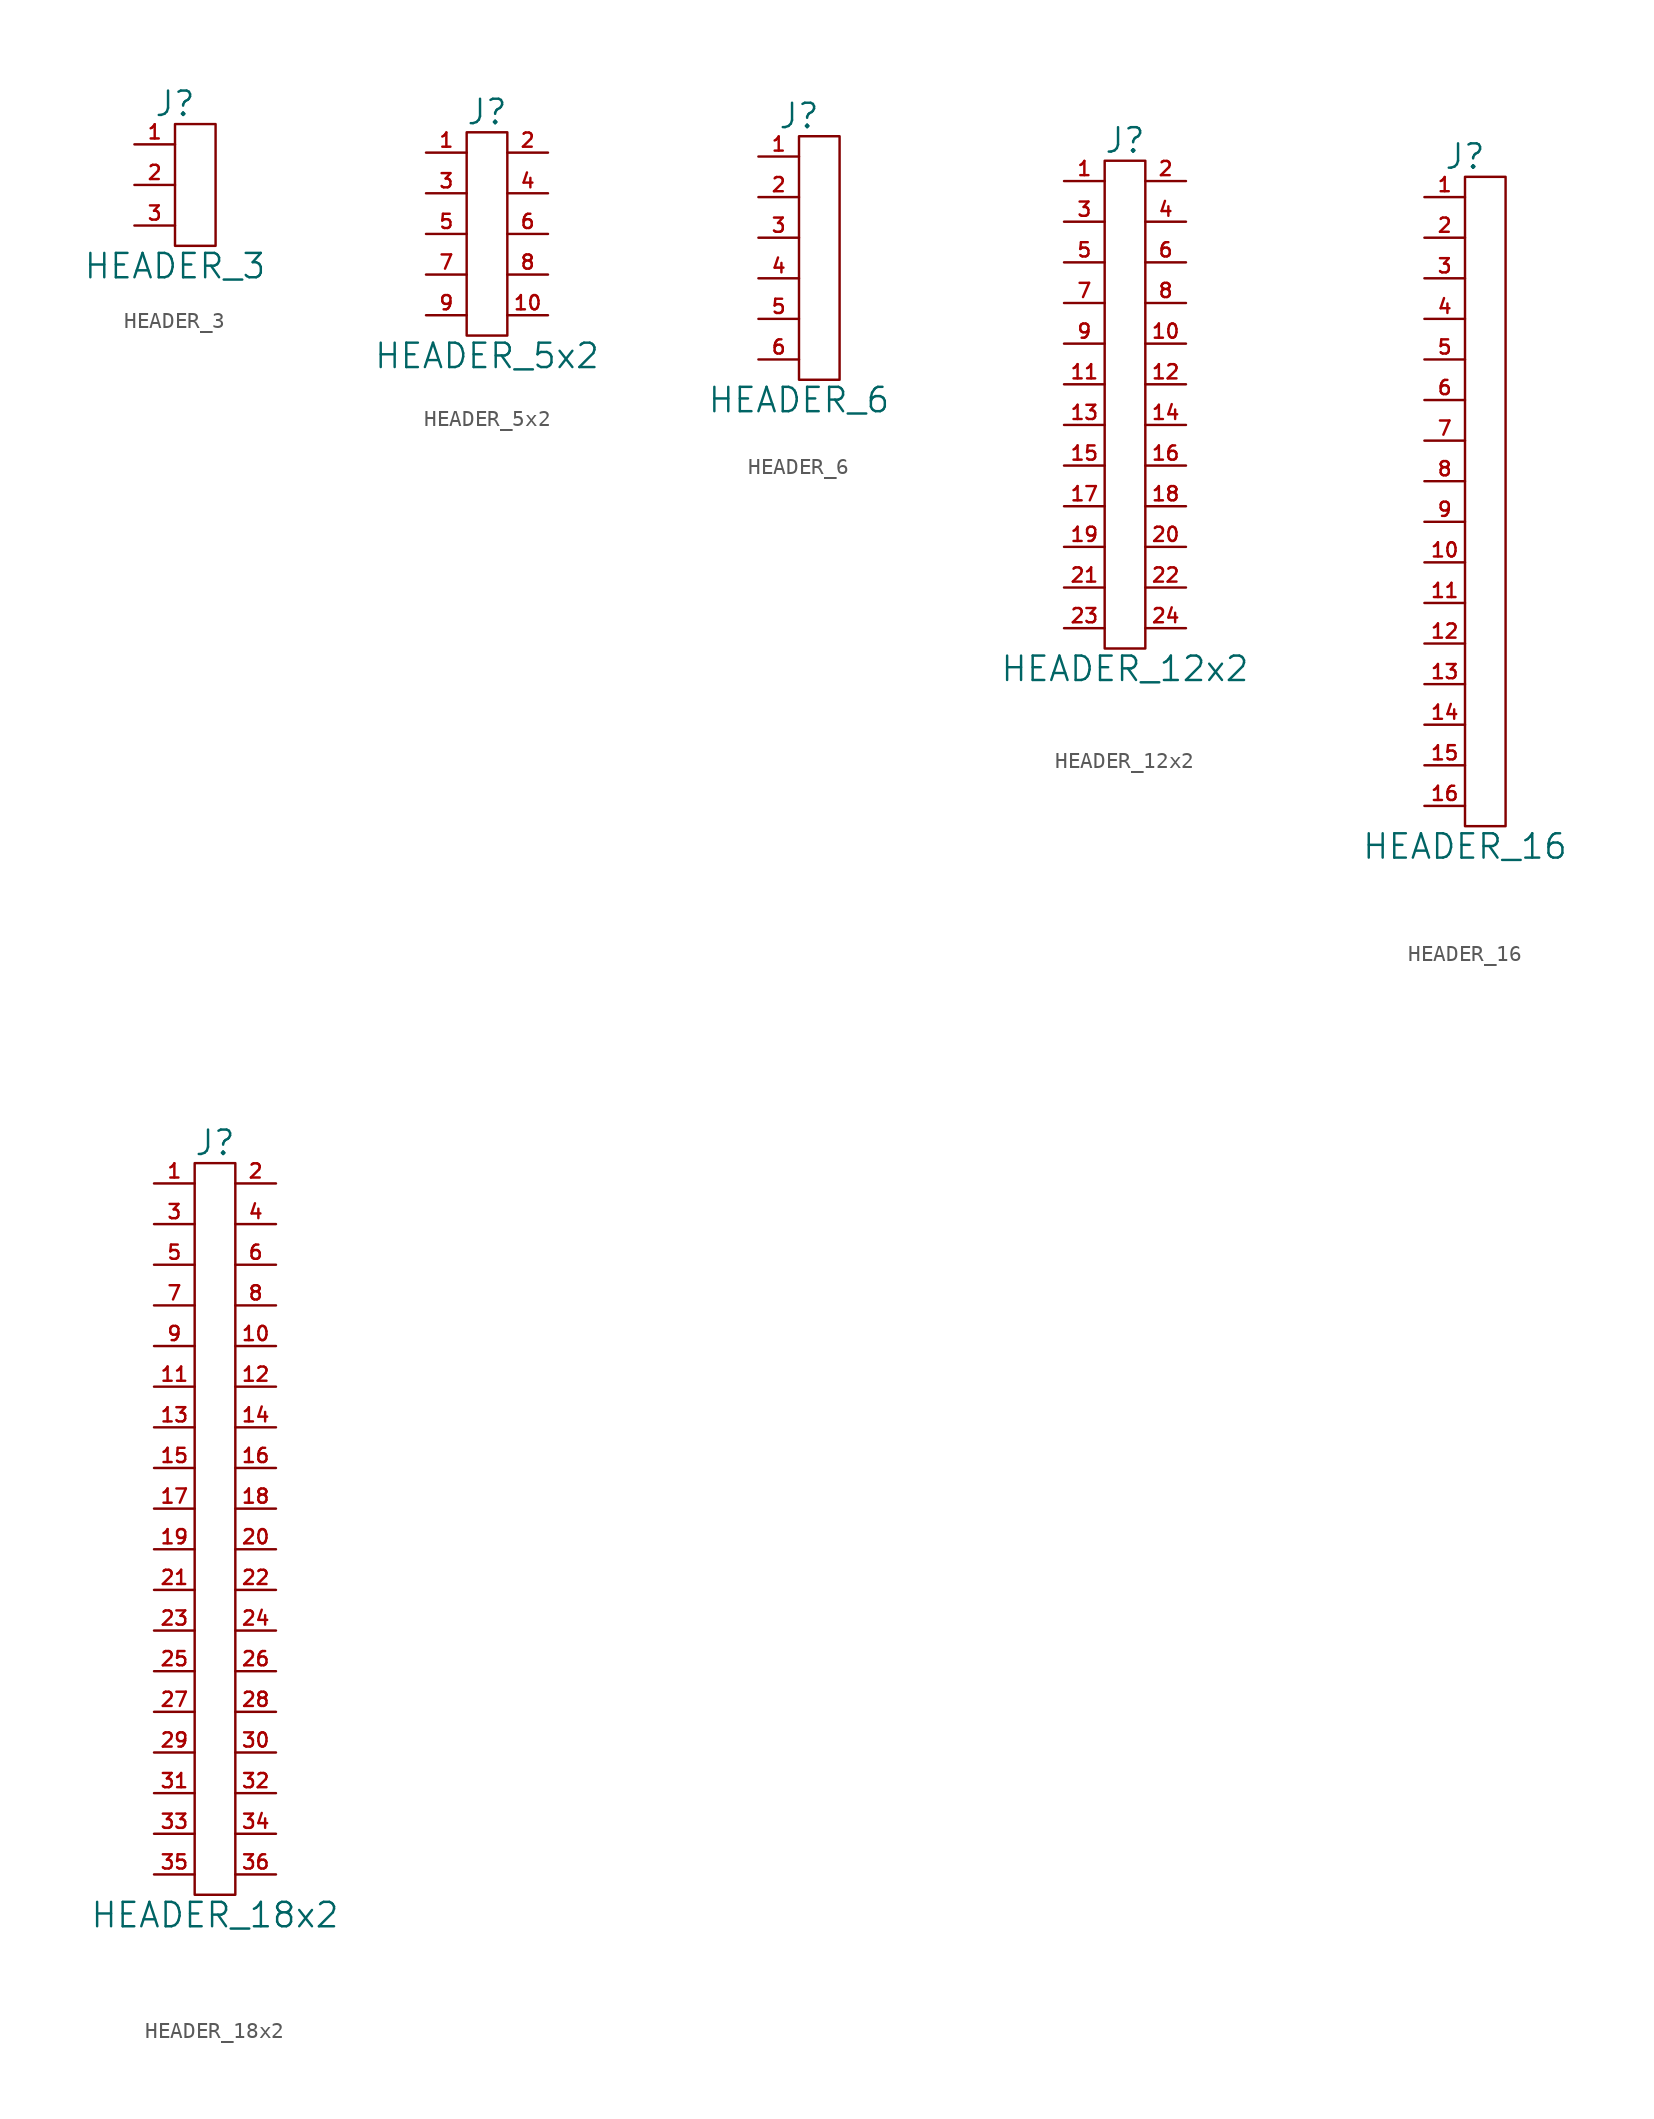
<source format=kicad_sym>
(kicad_symbol_lib
  (version 20201005)
  (generator kicad_symbol_editor)
  (symbol "HEADER_3"
    (pin_names
      (offset 0))
    (property "Reference" "J"
      (at 0 5.08 0)
      (effects (font (size 1.524 1.524))))
    (property "Value" "HEADER_3"
      (at 0 -5.08 0)
      (effects (font (size 1.524 1.524))))
    (property "Footprint" ""
      (at 0 0 0)
      (effects (font (size 1.524 1.524))))
    (property "Datasheet" ""
      (at 0 0 0)
      (effects (font (size 1.524 1.524))))
    (symbol "HEADER_3_0_1"
      (rectangle (start 2.54 3.81) (end 0 -3.81) (stroke (width 0)) (fill (type none))))
    (symbol "HEADER_3_1_1"
      (pin passive line (at -2.54 2.54 0) (length 2.54) (name "~" (effects (font (size 1.27 1.27)))) (number "1" (effects (font (size 0.889 0.889)))))
      (pin passive line (at -2.54 0 0) (length 2.54) (name "~" (effects (font (size 1.27 1.27)))) (number "2" (effects (font (size 0.889 0.889)))))
      (pin passive line (at -2.54 -2.54 0) (length 2.54) (name "~" (effects (font (size 1.27 1.27)))) (number "3" (effects (font (size 0.889 0.889)))))))
  (symbol "HEADER_5x2"
    (pin_names
      (offset 0))
    (property "Reference" "J"
      (at 0 7.62 0)
      (effects (font (size 1.524 1.524))))
    (property "Value" "HEADER_5x2"
      (at 0 -7.62 0)
      (effects (font (size 1.524 1.524))))
    (property "Footprint" ""
      (at 0 0 0)
      (effects (font (size 1.524 1.524))))
    (property "Datasheet" ""
      (at 0 0 0)
      (effects (font (size 1.524 1.524))))
    (symbol "HEADER_5x2_0_1"
      (rectangle (start 1.27 6.35) (end -1.27 -6.35) (stroke (width 0)) (fill (type none))))
    (symbol "HEADER_5x2_1_1"
      (pin passive line (at -3.81 5.08 0) (length 2.54) (name "~" (effects (font (size 1.27 1.27)))) (number "1" (effects (font (size 0.889 0.889)))))
      (pin passive line (at 3.81 -5.08 180) (length 2.54) (name "~" (effects (font (size 1.27 1.27)))) (number "10" (effects (font (size 0.889 0.889)))))
      (pin passive line (at 3.81 5.08 180) (length 2.54) (name "~" (effects (font (size 1.27 1.27)))) (number "2" (effects (font (size 0.889 0.889)))))
      (pin passive line (at -3.81 2.54 0) (length 2.54) (name "~" (effects (font (size 1.27 1.27)))) (number "3" (effects (font (size 0.889 0.889)))))
      (pin passive line (at 3.81 2.54 180) (length 2.54) (name "~" (effects (font (size 1.27 1.27)))) (number "4" (effects (font (size 0.889 0.889)))))
      (pin passive line (at -3.81 0 0) (length 2.54) (name "~" (effects (font (size 1.27 1.27)))) (number "5" (effects (font (size 0.889 0.889)))))
      (pin passive line (at 3.81 0 180) (length 2.54) (name "~" (effects (font (size 1.27 1.27)))) (number "6" (effects (font (size 0.889 0.889)))))
      (pin passive line (at -3.81 -2.54 0) (length 2.54) (name "~" (effects (font (size 1.27 1.27)))) (number "7" (effects (font (size 0.889 0.889)))))
      (pin passive line (at 3.81 -2.54 180) (length 2.54) (name "~" (effects (font (size 1.27 1.27)))) (number "8" (effects (font (size 0.889 0.889)))))
      (pin passive line (at -3.81 -5.08 0) (length 2.54) (name "~" (effects (font (size 1.27 1.27)))) (number "9" (effects (font (size 0.889 0.889)))))))
  (symbol "HEADER_6"
    (pin_names
      (offset 0))
    (property "Reference" "J"
      (at 0 8.89 0)
      (effects (font (size 1.524 1.524))))
    (property "Value" "HEADER_6"
      (at 0 -8.89 0)
      (effects (font (size 1.524 1.524))))
    (property "Footprint" ""
      (at 0 0 0)
      (effects (font (size 1.524 1.524))))
    (property "Datasheet" ""
      (at 0 0 0)
      (effects (font (size 1.524 1.524))))
    (symbol "HEADER_6_0_1"
      (rectangle (start 2.54 7.62) (end 0 -7.62) (stroke (width 0)) (fill (type none))))
    (symbol "HEADER_6_1_1"
      (pin passive line (at -2.54 6.35 0) (length 2.54) (name "~" (effects (font (size 1.27 1.27)))) (number "1" (effects (font (size 0.889 0.889)))))
      (pin passive line (at -2.54 3.81 0) (length 2.54) (name "~" (effects (font (size 1.27 1.27)))) (number "2" (effects (font (size 0.889 0.889)))))
      (pin passive line (at -2.54 1.27 0) (length 2.54) (name "~" (effects (font (size 1.27 1.27)))) (number "3" (effects (font (size 0.889 0.889)))))
      (pin passive line (at -2.54 -1.27 0) (length 2.54) (name "~" (effects (font (size 1.27 1.27)))) (number "4" (effects (font (size 0.889 0.889)))))
      (pin passive line (at -2.54 -3.81 0) (length 2.54) (name "~" (effects (font (size 1.27 1.27)))) (number "5" (effects (font (size 0.889 0.889)))))
      (pin passive line (at -2.54 -6.35 0) (length 2.54) (name "~" (effects (font (size 1.27 1.27)))) (number "6" (effects (font (size 0.889 0.889)))))))
  (symbol "HEADER_12x2"
    (pin_names
      (offset 0))
    (property "Reference" "J"
      (at 0 16.51 0)
      (effects (font (size 1.524 1.524))))
    (property "Value" "HEADER_12x2"
      (at 0 -16.51 0)
      (effects (font (size 1.524 1.524))))
    (property "Footprint" ""
      (at 0 -1.27 0)
      (effects (font (size 1.524 1.524))))
    (property "Datasheet" ""
      (at 0 -1.27 0)
      (effects (font (size 1.524 1.524))))
    (symbol "HEADER_12x2_0_1"
      (rectangle (start 1.27 -15.24) (end -1.27 15.24) (stroke (width 0)) (fill (type none))))
    (symbol "HEADER_12x2_1_1"
      (pin passive line (at -3.81 13.97 0) (length 2.54) (name "~" (effects (font (size 0.889 0.889)))) (number "1" (effects (font (size 0.889 0.889)))))
      (pin passive line (at 3.81 3.81 180) (length 2.54) (name "~" (effects (font (size 1.27 1.27)))) (number "10" (effects (font (size 0.889 0.889)))))
      (pin passive line (at -3.81 1.27 0) (length 2.54) (name "~" (effects (font (size 1.27 1.27)))) (number "11" (effects (font (size 0.889 0.889)))))
      (pin passive line (at 3.81 1.27 180) (length 2.54) (name "~" (effects (font (size 1.27 1.27)))) (number "12" (effects (font (size 0.889 0.889)))))
      (pin passive line (at -3.81 -1.27 0) (length 2.54) (name "~" (effects (font (size 1.27 1.27)))) (number "13" (effects (font (size 0.889 0.889)))))
      (pin passive line (at 3.81 -1.27 180) (length 2.54) (name "~" (effects (font (size 1.27 1.27)))) (number "14" (effects (font (size 0.889 0.889)))))
      (pin passive line (at -3.81 -3.81 0) (length 2.54) (name "~" (effects (font (size 1.27 1.27)))) (number "15" (effects (font (size 0.889 0.889)))))
      (pin passive line (at 3.81 -3.81 180) (length 2.54) (name "~" (effects (font (size 1.27 1.27)))) (number "16" (effects (font (size 0.889 0.889)))))
      (pin passive line (at -3.81 -6.35 0) (length 2.54) (name "~" (effects (font (size 1.27 1.27)))) (number "17" (effects (font (size 0.889 0.889)))))
      (pin passive line (at 3.81 -6.35 180) (length 2.54) (name "~" (effects (font (size 1.27 1.27)))) (number "18" (effects (font (size 0.889 0.889)))))
      (pin passive line (at -3.81 -8.89 0) (length 2.54) (name "~" (effects (font (size 1.27 1.27)))) (number "19" (effects (font (size 0.889 0.889)))))
      (pin passive line (at 3.81 13.97 180) (length 2.54) (name "~" (effects (font (size 1.27 1.27)))) (number "2" (effects (font (size 0.889 0.889)))))
      (pin passive line (at 3.81 -8.89 180) (length 2.54) (name "~" (effects (font (size 1.27 1.27)))) (number "20" (effects (font (size 0.889 0.889)))))
      (pin passive line (at -3.81 -11.43 0) (length 2.54) (name "~" (effects (font (size 1.27 1.27)))) (number "21" (effects (font (size 0.889 0.889)))))
      (pin passive line (at 3.81 -11.43 180) (length 2.54) (name "~" (effects (font (size 1.27 1.27)))) (number "22" (effects (font (size 0.889 0.889)))))
      (pin passive line (at -3.81 -13.97 0) (length 2.54) (name "~" (effects (font (size 1.27 1.27)))) (number "23" (effects (font (size 0.889 0.889)))))
      (pin passive line (at 3.81 -13.97 180) (length 2.54) (name "~" (effects (font (size 1.27 1.27)))) (number "24" (effects (font (size 0.889 0.889)))))
      (pin passive line (at -3.81 11.43 0) (length 2.54) (name "~" (effects (font (size 1.27 1.27)))) (number "3" (effects (font (size 0.889 0.889)))))
      (pin passive line (at 3.81 11.43 180) (length 2.54) (name "~" (effects (font (size 1.27 1.27)))) (number "4" (effects (font (size 0.889 0.889)))))
      (pin passive line (at -3.81 8.89 0) (length 2.54) (name "~" (effects (font (size 1.27 1.27)))) (number "5" (effects (font (size 0.889 0.889)))))
      (pin passive line (at 3.81 8.89 180) (length 2.54) (name "~" (effects (font (size 1.27 1.27)))) (number "6" (effects (font (size 0.889 0.889)))))
      (pin passive line (at -3.81 6.35 0) (length 2.54) (name "~" (effects (font (size 1.27 1.27)))) (number "7" (effects (font (size 0.889 0.889)))))
      (pin passive line (at 3.81 6.35 180) (length 2.54) (name "~" (effects (font (size 1.27 1.27)))) (number "8" (effects (font (size 0.889 0.889)))))
      (pin passive line (at -3.81 3.81 0) (length 2.54) (name "~" (effects (font (size 1.27 1.27)))) (number "9" (effects (font (size 0.889 0.889)))))))
  (symbol "HEADER_16"
    (pin_names
      (offset 0))
    (property "Reference" "J"
      (at 0 21.59 0)
      (effects (font (size 1.524 1.524))))
    (property "Value" "HEADER_16"
      (at 0 -21.59 0)
      (effects (font (size 1.524 1.524))))
    (property "Footprint" ""
      (at 0 0 0)
      (effects (font (size 1.524 1.524))))
    (property "Datasheet" ""
      (at 0 0 0)
      (effects (font (size 1.524 1.524))))
    (symbol "HEADER_16_0_1"
      (rectangle (start 2.54 20.32) (end 0 -20.32) (stroke (width 0)) (fill (type none))))
    (symbol "HEADER_16_1_1"
      (pin passive line (at -2.54 19.05 0) (length 2.54) (name "~" (effects (font (size 0.889 0.889)))) (number "1" (effects (font (size 0.889 0.889)))))
      (pin passive line (at -2.54 -3.81 0) (length 2.54) (name "~" (effects (font (size 1.27 1.27)))) (number "10" (effects (font (size 0.889 0.889)))))
      (pin passive line (at -2.54 -6.35 0) (length 2.54) (name "~" (effects (font (size 1.27 1.27)))) (number "11" (effects (font (size 0.889 0.889)))))
      (pin passive line (at -2.54 -8.89 0) (length 2.54) (name "~" (effects (font (size 1.27 1.27)))) (number "12" (effects (font (size 0.889 0.889)))))
      (pin passive line (at -2.54 -11.43 0) (length 2.54) (name "~" (effects (font (size 1.27 1.27)))) (number "13" (effects (font (size 0.889 0.889)))))
      (pin passive line (at -2.54 -13.97 0) (length 2.54) (name "~" (effects (font (size 1.27 1.27)))) (number "14" (effects (font (size 0.889 0.889)))))
      (pin passive line (at -2.54 -16.51 0) (length 2.54) (name "~" (effects (font (size 1.27 1.27)))) (number "15" (effects (font (size 0.889 0.889)))))
      (pin passive line (at -2.54 -19.05 0) (length 2.54) (name "~" (effects (font (size 1.27 1.27)))) (number "16" (effects (font (size 0.889 0.889)))))
      (pin passive line (at -2.54 16.51 0) (length 2.54) (name "~" (effects (font (size 1.27 1.27)))) (number "2" (effects (font (size 0.889 0.889)))))
      (pin passive line (at -2.54 13.97 0) (length 2.54) (name "~" (effects (font (size 1.27 1.27)))) (number "3" (effects (font (size 0.889 0.889)))))
      (pin passive line (at -2.54 11.43 0) (length 2.54) (name "~" (effects (font (size 1.27 1.27)))) (number "4" (effects (font (size 0.889 0.889)))))
      (pin passive line (at -2.54 8.89 0) (length 2.54) (name "~" (effects (font (size 1.27 1.27)))) (number "5" (effects (font (size 0.889 0.889)))))
      (pin passive line (at -2.54 6.35 0) (length 2.54) (name "~" (effects (font (size 1.27 1.27)))) (number "6" (effects (font (size 0.889 0.889)))))
      (pin passive line (at -2.54 3.81 0) (length 2.54) (name "~" (effects (font (size 1.27 1.27)))) (number "7" (effects (font (size 0.889 0.889)))))
      (pin passive line (at -2.54 1.27 0) (length 2.54) (name "~" (effects (font (size 1.27 1.27)))) (number "8" (effects (font (size 0.889 0.889)))))
      (pin passive line (at -2.54 -1.27 0) (length 2.54) (name "~" (effects (font (size 1.27 1.27)))) (number "9" (effects (font (size 0.889 0.889)))))))
  (symbol "HEADER_18x2"
    (pin_names
      (offset 0))
    (property "Reference" "J"
      (at 0 24.13 0)
      (effects (font (size 1.524 1.524))))
    (property "Value" "HEADER_18x2"
      (at 0 -24.13 0)
      (effects (font (size 1.524 1.524))))
    (property "Footprint" ""
      (at 0 0 0)
      (effects (font (size 1.524 1.524))))
    (property "Datasheet" ""
      (at 0 0 0)
      (effects (font (size 1.524 1.524))))
    (symbol "HEADER_18x2_0_1"
      (rectangle (start -1.27 22.86) (end 1.27 -22.86) (stroke (width 0)) (fill (type none))))
    (symbol "HEADER_18x2_1_1"
      (pin passive line (at -3.81 21.59 0) (length 2.54) (name "~" (effects (font (size 0.889 0.889)))) (number "1" (effects (font (size 0.889 0.889)))))
      (pin passive line (at 3.81 11.43 180) (length 2.54) (name "~" (effects (font (size 1.27 1.27)))) (number "10" (effects (font (size 0.889 0.889)))))
      (pin passive line (at -3.81 8.89 0) (length 2.54) (name "~" (effects (font (size 1.27 1.27)))) (number "11" (effects (font (size 0.889 0.889)))))
      (pin passive line (at 3.81 8.89 180) (length 2.54) (name "~" (effects (font (size 1.27 1.27)))) (number "12" (effects (font (size 0.889 0.889)))))
      (pin passive line (at -3.81 6.35 0) (length 2.54) (name "~" (effects (font (size 1.27 1.27)))) (number "13" (effects (font (size 0.889 0.889)))))
      (pin passive line (at 3.81 6.35 180) (length 2.54) (name "~" (effects (font (size 1.27 1.27)))) (number "14" (effects (font (size 0.889 0.889)))))
      (pin passive line (at -3.81 3.81 0) (length 2.54) (name "~" (effects (font (size 1.27 1.27)))) (number "15" (effects (font (size 0.889 0.889)))))
      (pin passive line (at 3.81 3.81 180) (length 2.54) (name "~" (effects (font (size 1.27 1.27)))) (number "16" (effects (font (size 0.889 0.889)))))
      (pin passive line (at -3.81 1.27 0) (length 2.54) (name "~" (effects (font (size 1.27 1.27)))) (number "17" (effects (font (size 0.889 0.889)))))
      (pin passive line (at 3.81 1.27 180) (length 2.54) (name "~" (effects (font (size 1.27 1.27)))) (number "18" (effects (font (size 0.889 0.889)))))
      (pin passive line (at -3.81 -1.27 0) (length 2.54) (name "~" (effects (font (size 1.27 1.27)))) (number "19" (effects (font (size 0.889 0.889)))))
      (pin passive line (at 3.81 21.59 180) (length 2.54) (name "~" (effects (font (size 1.27 1.27)))) (number "2" (effects (font (size 0.889 0.889)))))
      (pin passive line (at 3.81 -1.27 180) (length 2.54) (name "~" (effects (font (size 1.27 1.27)))) (number "20" (effects (font (size 0.889 0.889)))))
      (pin passive line (at -3.81 -3.81 0) (length 2.54) (name "~" (effects (font (size 1.27 1.27)))) (number "21" (effects (font (size 0.889 0.889)))))
      (pin passive line (at 3.81 -3.81 180) (length 2.54) (name "~" (effects (font (size 1.27 1.27)))) (number "22" (effects (font (size 0.889 0.889)))))
      (pin passive line (at -3.81 -6.35 0) (length 2.54) (name "~" (effects (font (size 1.27 1.27)))) (number "23" (effects (font (size 0.889 0.889)))))
      (pin passive line (at 3.81 -6.35 180) (length 2.54) (name "~" (effects (font (size 1.27 1.27)))) (number "24" (effects (font (size 0.889 0.889)))))
      (pin passive line (at -3.81 -8.89 0) (length 2.54) (name "~" (effects (font (size 1.27 1.27)))) (number "25" (effects (font (size 0.889 0.889)))))
      (pin passive line (at 3.81 -8.89 180) (length 2.54) (name "~" (effects (font (size 1.27 1.27)))) (number "26" (effects (font (size 0.889 0.889)))))
      (pin passive line (at -3.81 -11.43 0) (length 2.54) (name "~" (effects (font (size 1.27 1.27)))) (number "27" (effects (font (size 0.889 0.889)))))
      (pin passive line (at 3.81 -11.43 180) (length 2.54) (name "~" (effects (font (size 1.27 1.27)))) (number "28" (effects (font (size 0.889 0.889)))))
      (pin passive line (at -3.81 -13.97 0) (length 2.54) (name "~" (effects (font (size 1.27 1.27)))) (number "29" (effects (font (size 0.889 0.889)))))
      (pin passive line (at -3.81 19.05 0) (length 2.54) (name "~" (effects (font (size 1.27 1.27)))) (number "3" (effects (font (size 0.889 0.889)))))
      (pin passive line (at 3.81 -13.97 180) (length 2.54) (name "~" (effects (font (size 1.27 1.27)))) (number "30" (effects (font (size 0.889 0.889)))))
      (pin passive line (at -3.81 -16.51 0) (length 2.54) (name "~" (effects (font (size 1.27 1.27)))) (number "31" (effects (font (size 0.889 0.889)))))
      (pin passive line (at 3.81 -16.51 180) (length 2.54) (name "~" (effects (font (size 1.27 1.27)))) (number "32" (effects (font (size 0.889 0.889)))))
      (pin passive line (at -3.81 -19.05 0) (length 2.54) (name "~" (effects (font (size 1.27 1.27)))) (number "33" (effects (font (size 0.889 0.889)))))
      (pin passive line (at 3.81 -19.05 180) (length 2.54) (name "~" (effects (font (size 1.27 1.27)))) (number "34" (effects (font (size 0.889 0.889)))))
      (pin passive line (at -3.81 -21.59 0) (length 2.54) (name "~" (effects (font (size 1.27 1.27)))) (number "35" (effects (font (size 0.889 0.889)))))
      (pin passive line (at 3.81 -21.59 180) (length 2.54) (name "~" (effects (font (size 1.27 1.27)))) (number "36" (effects (font (size 0.889 0.889)))))
      (pin passive line (at 3.81 19.05 180) (length 2.54) (name "~" (effects (font (size 1.27 1.27)))) (number "4" (effects (font (size 0.889 0.889)))))
      (pin passive line (at -3.81 16.51 0) (length 2.54) (name "~" (effects (font (size 1.27 1.27)))) (number "5" (effects (font (size 0.889 0.889)))))
      (pin passive line (at 3.81 16.51 180) (length 2.54) (name "~" (effects (font (size 1.27 1.27)))) (number "6" (effects (font (size 0.889 0.889)))))
      (pin passive line (at -3.81 13.97 0) (length 2.54) (name "~" (effects (font (size 1.27 1.27)))) (number "7" (effects (font (size 0.889 0.889)))))
      (pin passive line (at 3.81 13.97 180) (length 2.54) (name "~" (effects (font (size 1.27 1.27)))) (number "8" (effects (font (size 0.889 0.889)))))
      (pin passive line (at -3.81 11.43 0) (length 2.54) (name "~" (effects (font (size 1.27 1.27)))) (number "9" (effects (font (size 0.889 0.889))))))))
</source>
